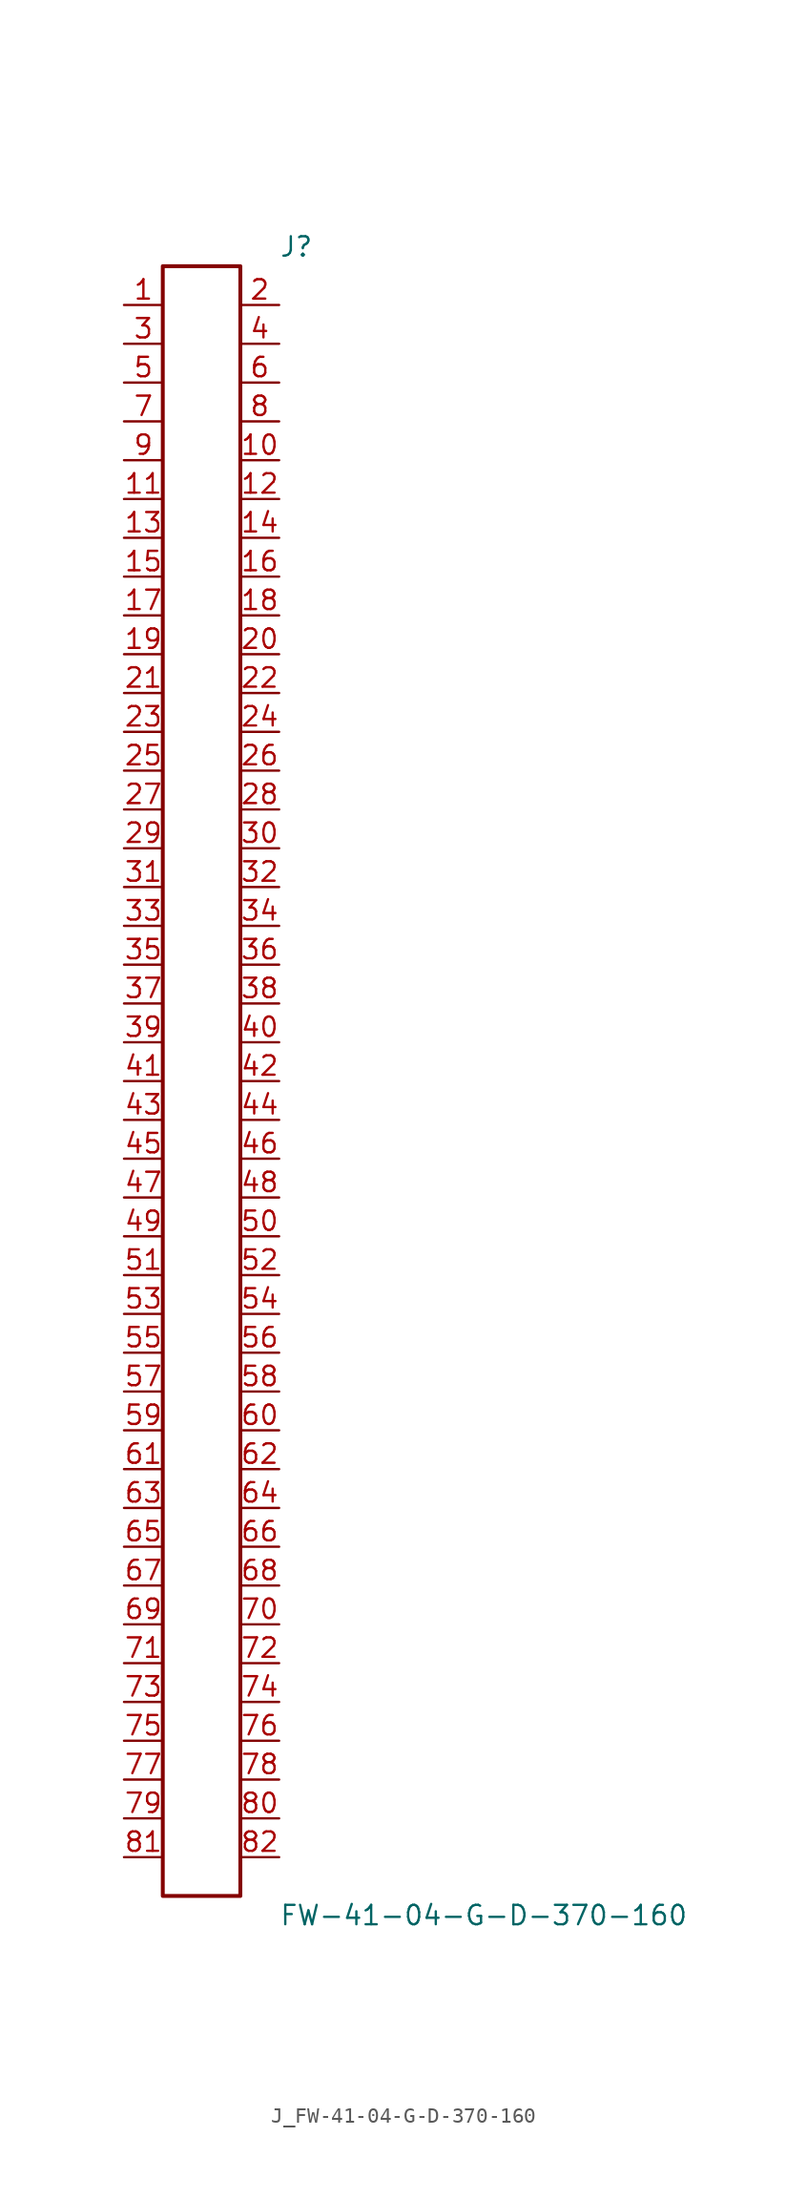
<source format=kicad_sym>
(kicad_symbol_lib
  (version 20231120)
  (generator kicad_symbol_editor)
  (generator_version 8.0)
  (symbol "J_FW-41-04-G-D-370-160"
    (pin_names
      (offset 0.254))
    (property "Reference" "J"
      (at 5.08 54.61 0)
      (effects (font (size 1.27 1.27)) (justify left)))
    (property "Value" "FW-41-04-G-D-370-160"
      (at 5.08 -54.61 0)
      (effects (font (size 1.27 1.27)) (justify left)))
    (symbol "J_FW-41-04-G-D-370-160_0_0"
      (pin unspecified line (at -5.08 50.8 0) (length 2.54) (name "" (effects (font (size 1.27 1.27)))) (number "1" (effects (font (size 1.27 1.27)))))
      (pin unspecified line (at 5.08 50.8 180) (length 2.54) (name "" (effects (font (size 1.27 1.27)))) (number "2" (effects (font (size 1.27 1.27)))))
      (pin unspecified line (at -5.08 48.26 0) (length 2.54) (name "" (effects (font (size 1.27 1.27)))) (number "3" (effects (font (size 1.27 1.27)))))
      (pin unspecified line (at 5.08 48.26 180) (length 2.54) (name "" (effects (font (size 1.27 1.27)))) (number "4" (effects (font (size 1.27 1.27)))))
      (pin unspecified line (at -5.08 45.72 0) (length 2.54) (name "" (effects (font (size 1.27 1.27)))) (number "5" (effects (font (size 1.27 1.27)))))
      (pin unspecified line (at 5.08 45.72 180) (length 2.54) (name "" (effects (font (size 1.27 1.27)))) (number "6" (effects (font (size 1.27 1.27)))))
      (pin unspecified line (at -5.08 43.18 0) (length 2.54) (name "" (effects (font (size 1.27 1.27)))) (number "7" (effects (font (size 1.27 1.27)))))
      (pin unspecified line (at 5.08 43.18 180) (length 2.54) (name "" (effects (font (size 1.27 1.27)))) (number "8" (effects (font (size 1.27 1.27)))))
      (pin unspecified line (at -5.08 40.64 0) (length 2.54) (name "" (effects (font (size 1.27 1.27)))) (number "9" (effects (font (size 1.27 1.27)))))
      (pin unspecified line (at 5.08 40.64 180) (length 2.54) (name "" (effects (font (size 1.27 1.27)))) (number "10" (effects (font (size 1.27 1.27)))))
      (pin unspecified line (at -5.08 38.1 0) (length 2.54) (name "" (effects (font (size 1.27 1.27)))) (number "11" (effects (font (size 1.27 1.27)))))
      (pin unspecified line (at 5.08 38.1 180) (length 2.54) (name "" (effects (font (size 1.27 1.27)))) (number "12" (effects (font (size 1.27 1.27)))))
      (pin unspecified line (at -5.08 35.56 0) (length 2.54) (name "" (effects (font (size 1.27 1.27)))) (number "13" (effects (font (size 1.27 1.27)))))
      (pin unspecified line (at 5.08 35.56 180) (length 2.54) (name "" (effects (font (size 1.27 1.27)))) (number "14" (effects (font (size 1.27 1.27)))))
      (pin unspecified line (at -5.08 33.02 0) (length 2.54) (name "" (effects (font (size 1.27 1.27)))) (number "15" (effects (font (size 1.27 1.27)))))
      (pin unspecified line (at 5.08 33.02 180) (length 2.54) (name "" (effects (font (size 1.27 1.27)))) (number "16" (effects (font (size 1.27 1.27)))))
      (pin unspecified line (at -5.08 30.48 0) (length 2.54) (name "" (effects (font (size 1.27 1.27)))) (number "17" (effects (font (size 1.27 1.27)))))
      (pin unspecified line (at 5.08 30.48 180) (length 2.54) (name "" (effects (font (size 1.27 1.27)))) (number "18" (effects (font (size 1.27 1.27)))))
      (pin unspecified line (at -5.08 27.94 0) (length 2.54) (name "" (effects (font (size 1.27 1.27)))) (number "19" (effects (font (size 1.27 1.27)))))
      (pin unspecified line (at 5.08 27.94 180) (length 2.54) (name "" (effects (font (size 1.27 1.27)))) (number "20" (effects (font (size 1.27 1.27)))))
      (pin unspecified line (at -5.08 25.4 0) (length 2.54) (name "" (effects (font (size 1.27 1.27)))) (number "21" (effects (font (size 1.27 1.27)))))
      (pin unspecified line (at 5.08 25.4 180) (length 2.54) (name "" (effects (font (size 1.27 1.27)))) (number "22" (effects (font (size 1.27 1.27)))))
      (pin unspecified line (at -5.08 22.86 0) (length 2.54) (name "" (effects (font (size 1.27 1.27)))) (number "23" (effects (font (size 1.27 1.27)))))
      (pin unspecified line (at 5.08 22.86 180) (length 2.54) (name "" (effects (font (size 1.27 1.27)))) (number "24" (effects (font (size 1.27 1.27)))))
      (pin unspecified line (at -5.08 20.32 0) (length 2.54) (name "" (effects (font (size 1.27 1.27)))) (number "25" (effects (font (size 1.27 1.27)))))
      (pin unspecified line (at 5.08 20.32 180) (length 2.54) (name "" (effects (font (size 1.27 1.27)))) (number "26" (effects (font (size 1.27 1.27)))))
      (pin unspecified line (at -5.08 17.78 0) (length 2.54) (name "" (effects (font (size 1.27 1.27)))) (number "27" (effects (font (size 1.27 1.27)))))
      (pin unspecified line (at 5.08 17.78 180) (length 2.54) (name "" (effects (font (size 1.27 1.27)))) (number "28" (effects (font (size 1.27 1.27)))))
      (pin unspecified line (at -5.08 15.24 0) (length 2.54) (name "" (effects (font (size 1.27 1.27)))) (number "29" (effects (font (size 1.27 1.27)))))
      (pin unspecified line (at 5.08 15.24 180) (length 2.54) (name "" (effects (font (size 1.27 1.27)))) (number "30" (effects (font (size 1.27 1.27)))))
      (pin unspecified line (at -5.08 12.7 0) (length 2.54) (name "" (effects (font (size 1.27 1.27)))) (number "31" (effects (font (size 1.27 1.27)))))
      (pin unspecified line (at 5.08 12.7 180) (length 2.54) (name "" (effects (font (size 1.27 1.27)))) (number "32" (effects (font (size 1.27 1.27)))))
      (pin unspecified line (at -5.08 10.16 0) (length 2.54) (name "" (effects (font (size 1.27 1.27)))) (number "33" (effects (font (size 1.27 1.27)))))
      (pin unspecified line (at 5.08 10.16 180) (length 2.54) (name "" (effects (font (size 1.27 1.27)))) (number "34" (effects (font (size 1.27 1.27)))))
      (pin unspecified line (at -5.08 7.62 0) (length 2.54) (name "" (effects (font (size 1.27 1.27)))) (number "35" (effects (font (size 1.27 1.27)))))
      (pin unspecified line (at 5.08 7.62 180) (length 2.54) (name "" (effects (font (size 1.27 1.27)))) (number "36" (effects (font (size 1.27 1.27)))))
      (pin unspecified line (at -5.08 5.08 0) (length 2.54) (name "" (effects (font (size 1.27 1.27)))) (number "37" (effects (font (size 1.27 1.27)))))
      (pin unspecified line (at 5.08 5.08 180) (length 2.54) (name "" (effects (font (size 1.27 1.27)))) (number "38" (effects (font (size 1.27 1.27)))))
      (pin unspecified line (at -5.08 2.54 0) (length 2.54) (name "" (effects (font (size 1.27 1.27)))) (number "39" (effects (font (size 1.27 1.27)))))
      (pin unspecified line (at 5.08 2.54 180) (length 2.54) (name "" (effects (font (size 1.27 1.27)))) (number "40" (effects (font (size 1.27 1.27)))))
      (pin unspecified line (at -5.08 0.0 0) (length 2.54) (name "" (effects (font (size 1.27 1.27)))) (number "41" (effects (font (size 1.27 1.27)))))
      (pin unspecified line (at 5.08 0.0 180) (length 2.54) (name "" (effects (font (size 1.27 1.27)))) (number "42" (effects (font (size 1.27 1.27)))))
      (pin unspecified line (at -5.08 -2.54 0) (length 2.54) (name "" (effects (font (size 1.27 1.27)))) (number "43" (effects (font (size 1.27 1.27)))))
      (pin unspecified line (at 5.08 -2.54 180) (length 2.54) (name "" (effects (font (size 1.27 1.27)))) (number "44" (effects (font (size 1.27 1.27)))))
      (pin unspecified line (at -5.08 -5.08 0) (length 2.54) (name "" (effects (font (size 1.27 1.27)))) (number "45" (effects (font (size 1.27 1.27)))))
      (pin unspecified line (at 5.08 -5.08 180) (length 2.54) (name "" (effects (font (size 1.27 1.27)))) (number "46" (effects (font (size 1.27 1.27)))))
      (pin unspecified line (at -5.08 -7.62 0) (length 2.54) (name "" (effects (font (size 1.27 1.27)))) (number "47" (effects (font (size 1.27 1.27)))))
      (pin unspecified line (at 5.08 -7.62 180) (length 2.54) (name "" (effects (font (size 1.27 1.27)))) (number "48" (effects (font (size 1.27 1.27)))))
      (pin unspecified line (at -5.08 -10.16 0) (length 2.54) (name "" (effects (font (size 1.27 1.27)))) (number "49" (effects (font (size 1.27 1.27)))))
      (pin unspecified line (at 5.08 -10.16 180) (length 2.54) (name "" (effects (font (size 1.27 1.27)))) (number "50" (effects (font (size 1.27 1.27)))))
      (pin unspecified line (at -5.08 -12.7 0) (length 2.54) (name "" (effects (font (size 1.27 1.27)))) (number "51" (effects (font (size 1.27 1.27)))))
      (pin unspecified line (at 5.08 -12.7 180) (length 2.54) (name "" (effects (font (size 1.27 1.27)))) (number "52" (effects (font (size 1.27 1.27)))))
      (pin unspecified line (at -5.08 -15.24 0) (length 2.54) (name "" (effects (font (size 1.27 1.27)))) (number "53" (effects (font (size 1.27 1.27)))))
      (pin unspecified line (at 5.08 -15.24 180) (length 2.54) (name "" (effects (font (size 1.27 1.27)))) (number "54" (effects (font (size 1.27 1.27)))))
      (pin unspecified line (at -5.08 -17.78 0) (length 2.54) (name "" (effects (font (size 1.27 1.27)))) (number "55" (effects (font (size 1.27 1.27)))))
      (pin unspecified line (at 5.08 -17.78 180) (length 2.54) (name "" (effects (font (size 1.27 1.27)))) (number "56" (effects (font (size 1.27 1.27)))))
      (pin unspecified line (at -5.08 -20.32 0) (length 2.54) (name "" (effects (font (size 1.27 1.27)))) (number "57" (effects (font (size 1.27 1.27)))))
      (pin unspecified line (at 5.08 -20.32 180) (length 2.54) (name "" (effects (font (size 1.27 1.27)))) (number "58" (effects (font (size 1.27 1.27)))))
      (pin unspecified line (at -5.08 -22.86 0) (length 2.54) (name "" (effects (font (size 1.27 1.27)))) (number "59" (effects (font (size 1.27 1.27)))))
      (pin unspecified line (at 5.08 -22.86 180) (length 2.54) (name "" (effects (font (size 1.27 1.27)))) (number "60" (effects (font (size 1.27 1.27)))))
      (pin unspecified line (at -5.08 -25.4 0) (length 2.54) (name "" (effects (font (size 1.27 1.27)))) (number "61" (effects (font (size 1.27 1.27)))))
      (pin unspecified line (at 5.08 -25.4 180) (length 2.54) (name "" (effects (font (size 1.27 1.27)))) (number "62" (effects (font (size 1.27 1.27)))))
      (pin unspecified line (at -5.08 -27.94 0) (length 2.54) (name "" (effects (font (size 1.27 1.27)))) (number "63" (effects (font (size 1.27 1.27)))))
      (pin unspecified line (at 5.08 -27.94 180) (length 2.54) (name "" (effects (font (size 1.27 1.27)))) (number "64" (effects (font (size 1.27 1.27)))))
      (pin unspecified line (at -5.08 -30.48 0) (length 2.54) (name "" (effects (font (size 1.27 1.27)))) (number "65" (effects (font (size 1.27 1.27)))))
      (pin unspecified line (at 5.08 -30.48 180) (length 2.54) (name "" (effects (font (size 1.27 1.27)))) (number "66" (effects (font (size 1.27 1.27)))))
      (pin unspecified line (at -5.08 -33.02 0) (length 2.54) (name "" (effects (font (size 1.27 1.27)))) (number "67" (effects (font (size 1.27 1.27)))))
      (pin unspecified line (at 5.08 -33.02 180) (length 2.54) (name "" (effects (font (size 1.27 1.27)))) (number "68" (effects (font (size 1.27 1.27)))))
      (pin unspecified line (at -5.08 -35.56 0) (length 2.54) (name "" (effects (font (size 1.27 1.27)))) (number "69" (effects (font (size 1.27 1.27)))))
      (pin unspecified line (at 5.08 -35.56 180) (length 2.54) (name "" (effects (font (size 1.27 1.27)))) (number "70" (effects (font (size 1.27 1.27)))))
      (pin unspecified line (at -5.08 -38.1 0) (length 2.54) (name "" (effects (font (size 1.27 1.27)))) (number "71" (effects (font (size 1.27 1.27)))))
      (pin unspecified line (at 5.08 -38.1 180) (length 2.54) (name "" (effects (font (size 1.27 1.27)))) (number "72" (effects (font (size 1.27 1.27)))))
      (pin unspecified line (at -5.08 -40.64 0) (length 2.54) (name "" (effects (font (size 1.27 1.27)))) (number "73" (effects (font (size 1.27 1.27)))))
      (pin unspecified line (at 5.08 -40.64 180) (length 2.54) (name "" (effects (font (size 1.27 1.27)))) (number "74" (effects (font (size 1.27 1.27)))))
      (pin unspecified line (at -5.08 -43.18 0) (length 2.54) (name "" (effects (font (size 1.27 1.27)))) (number "75" (effects (font (size 1.27 1.27)))))
      (pin unspecified line (at 5.08 -43.18 180) (length 2.54) (name "" (effects (font (size 1.27 1.27)))) (number "76" (effects (font (size 1.27 1.27)))))
      (pin unspecified line (at -5.08 -45.72 0) (length 2.54) (name "" (effects (font (size 1.27 1.27)))) (number "77" (effects (font (size 1.27 1.27)))))
      (pin unspecified line (at 5.08 -45.72 180) (length 2.54) (name "" (effects (font (size 1.27 1.27)))) (number "78" (effects (font (size 1.27 1.27)))))
      (pin unspecified line (at -5.08 -48.26 0) (length 2.54) (name "" (effects (font (size 1.27 1.27)))) (number "79" (effects (font (size 1.27 1.27)))))
      (pin unspecified line (at 5.08 -48.26 180) (length 2.54) (name "" (effects (font (size 1.27 1.27)))) (number "80" (effects (font (size 1.27 1.27)))))
      (pin unspecified line (at -5.08 -50.8 0) (length 2.54) (name "" (effects (font (size 1.27 1.27)))) (number "81" (effects (font (size 1.27 1.27)))))
      (pin unspecified line (at 5.08 -50.8 180) (length 2.54) (name "" (effects (font (size 1.27 1.27)))) (number "82" (effects (font (size 1.27 1.27))))))
    (symbol "J_FW-41-04-G-D-370-160_1_0"
      (rectangle (start -2.54 53.34) (end 2.54 -53.34) (stroke (width 0.254) (type solid)) (fill (type none))))))
</source>
